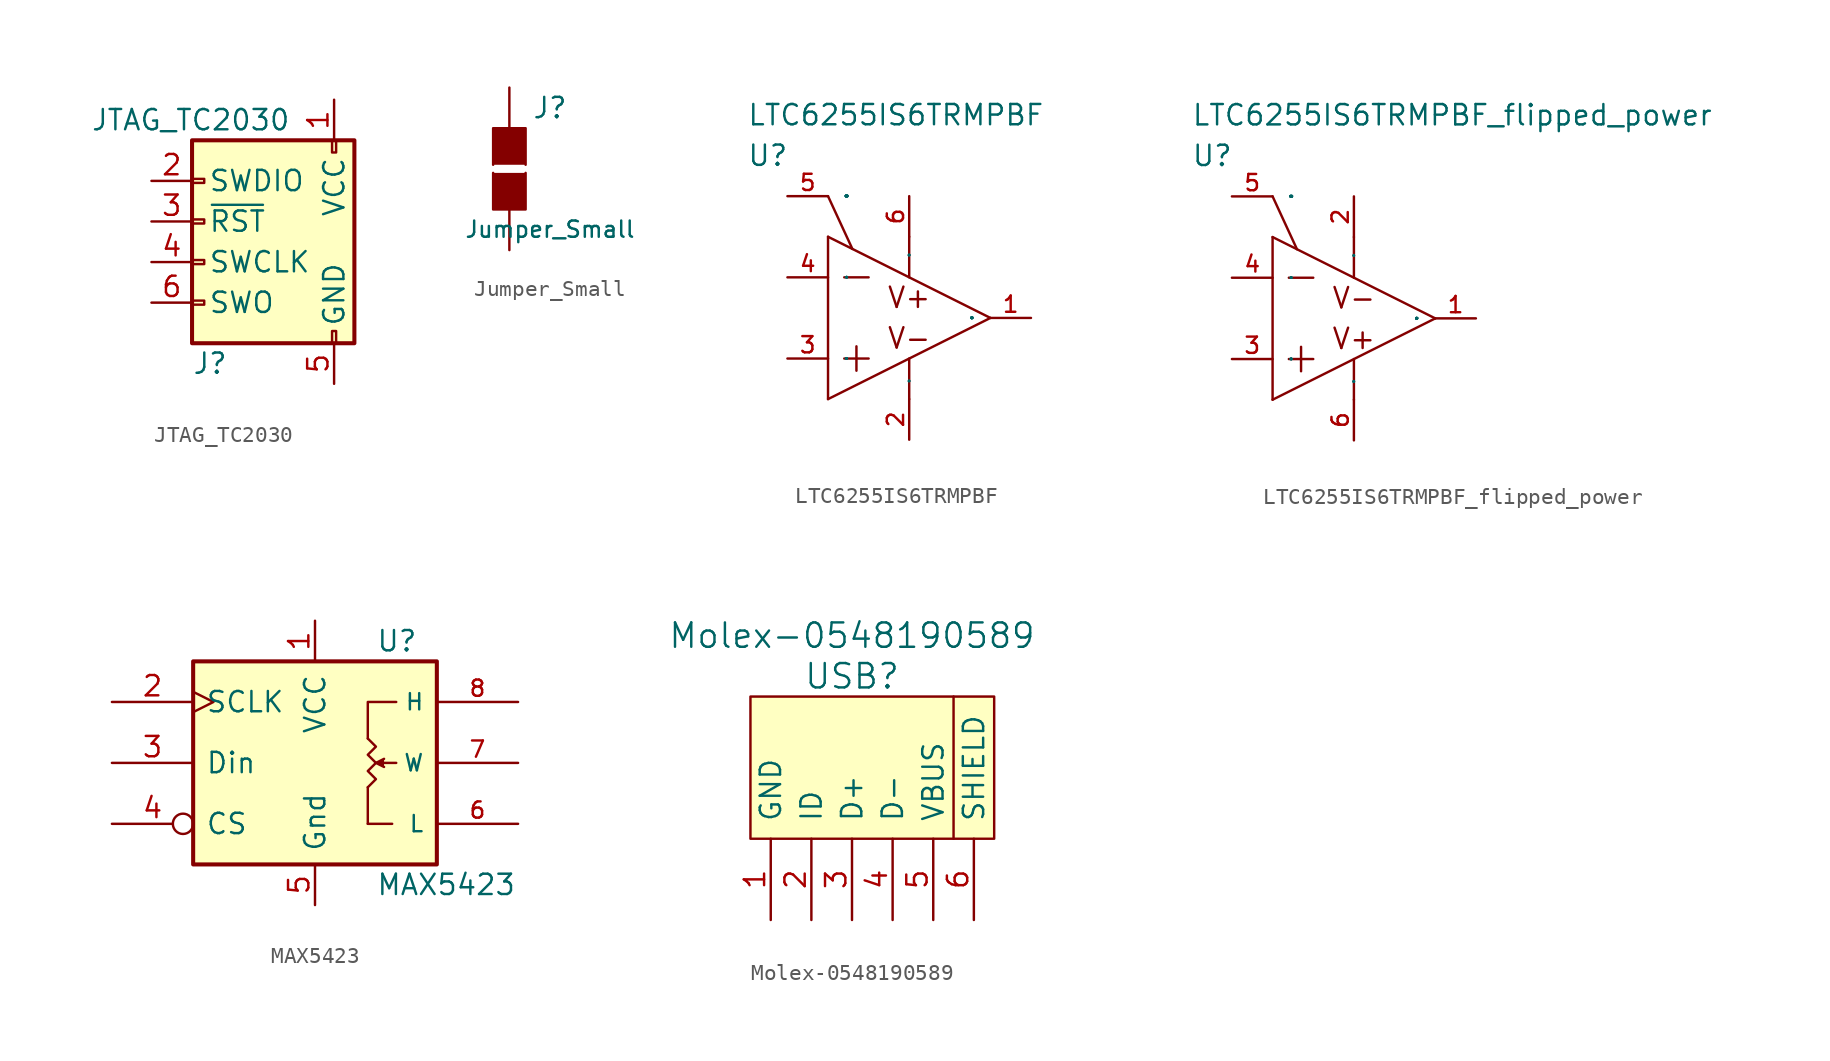
<source format=kicad_sym>
(kicad_symbol_lib
  (version 20231120)
  (generator "kicad_symbol_editor")
  (generator_version "8.0")
  (symbol "JTAG_TC2030"
    (pin_names
      (offset 1.016))
    (property "Reference" "J"
      (at -3.81 -6.35 0)
      (effects (font (size 1.27 1.27)) (justify left)))
    (property "Value" "JTAG_TC2030"
      (at -10.16 8.89 0)
      (effects (font (size 1.27 1.27)) (justify left)))
    (symbol "JTAG_TC2030_0_1"
      (rectangle (start -3.81 7.62) (end 6.35 -5.08) (stroke (width 0.254) (type default)) (fill (type background)))
      (rectangle (start -3.048 -2.667) (end -3.81 -2.413) (stroke (width 0) (type default)) (fill (type none)))
      (rectangle (start -3.048 -0.127) (end -3.81 0.127) (stroke (width 0) (type default)) (fill (type none)))
      (rectangle (start -3.048 2.413) (end -3.81 2.667) (stroke (width 0) (type default)) (fill (type none)))
      (rectangle (start -3.048 4.953) (end -3.81 5.207) (stroke (width 0) (type default)) (fill (type none)))
      (rectangle (start 4.953 -5.08) (end 5.207 -4.318) (stroke (width 0) (type default)) (fill (type none)))
      (rectangle (start 4.953 6.858) (end 5.207 7.62) (stroke (width 0) (type default)) (fill (type none))))
    (symbol "JTAG_TC2030_1_1"
      (pin passive line (at 5.08 10.16 270) (length 2.54) (name "VCC" (effects (font (size 1.27 1.27)))) (number "1" (effects (font (size 1.27 1.27)))))
      (pin passive line (at -6.35 5.08 0) (length 2.54) (name "SWDIO" (effects (font (size 1.27 1.27)))) (number "2" (effects (font (size 1.27 1.27)))))
      (pin passive line (at -6.35 2.54 0) (length 2.54) (name "~{RST}" (effects (font (size 1.27 1.27)))) (number "3" (effects (font (size 1.27 1.27)))))
      (pin passive line (at -6.35 0 0) (length 2.54) (name "SWCLK" (effects (font (size 1.27 1.27)))) (number "4" (effects (font (size 1.27 1.27)))))
      (pin passive line (at 5.08 -7.62 90) (length 2.54) (name "GND" (effects (font (size 1.27 1.27)))) (number "5" (effects (font (size 1.27 1.27)))))
      (pin passive line (at -6.35 -2.54 0) (length 2.54) (name "SWO" (effects (font (size 1.27 1.27)))) (number "6" (effects (font (size 1.27 1.27)))))))
  (symbol "Jumper_Small"
    (pin_numbers hide)
    (pin_names
      (offset 1.016) hide)
    (property "Reference" "J"
      (at 2.54 3.81 0)
      (effects (font (size 1.27 1.27))))
    (property "Value" "Jumper_Small"
      (at 2.54 -3.785 0)
      (effects (font (size 1.016 1.016))))
    (property "Footprint" ""
      (at 0 0 0)
      (effects (font (size 1.524 1.524))))
    (property "Datasheet" ""
      (at 0 0 0)
      (effects (font (size 1.524 1.524))))
    (symbol "Jumper_Small_0_1"
      (polyline (pts (xy -1.016 -0.254) (xy -1.016 -2.54) (xy 1.016 -2.54) (xy 1.016 -0.254)) (stroke (width 0) (type default)) (fill (type outline)))
      (polyline (pts (xy -1.016 0.254) (xy -1.016 2.54) (xy 1.016 2.54) (xy 1.016 0.254)) (stroke (width 0) (type default)) (fill (type outline))))
    (symbol "Jumper_Small_1_1"
      (pin passive line (at 0 5.08 270) (length 2.54) (name "G1" (effects (font (size 1.524 1.524)))) (number "1" (effects (font (size 1.524 1.524)))))
      (pin passive line (at 0 -5.08 90) (length 2.54) (name "G2" (effects (font (size 1.524 1.524)))) (number "2" (effects (font (size 1.524 1.524)))))))
  (symbol "LTC6255IS6TRMPBF"
    (pin_names
      (offset 1.016))
    (property "Reference" "U"
      (at 0 2.54 0)
      (effects (font (size 1.27 1.27)) (justify left)))
    (property "Value" "LTC6255IS6TRMPBF"
      (at 0 5.08 0)
      (effects (font (size 1.27 1.27)) (justify left)))
    (property "ki_locked" ""
      (at 0 0 0)
      (effects (font (size 1.27 1.27))))
    (symbol "LTC6255IS6TRMPBF_0_0"
      (text "V+" (at 10.16 -6.35 0) (effects (font (size 1.27 1.27))))
      (text "V-" (at 10.16 -8.89 0) (effects (font (size 1.27 1.27)))))
    (symbol "LTC6255IS6TRMPBF_1_1"
      (polyline (pts (xy 5.08 -12.7) (xy 15.24 -7.62)) (stroke (width 0) (type default)) (fill (type none)))
      (polyline (pts (xy 5.08 -2.54) (xy 5.08 -12.7)) (stroke (width 0) (type default)) (fill (type none)))
      (polyline (pts (xy 5.08 -2.54) (xy 15.24 -7.62)) (stroke (width 0) (type default)) (fill (type none)))
      (polyline (pts (xy 6.096 -10.16) (xy 7.62 -10.16)) (stroke (width 0) (type default)) (fill (type none)))
      (polyline (pts (xy 6.096 -5.08) (xy 7.62 -5.08)) (stroke (width 0) (type default)) (fill (type none)))
      (polyline (pts (xy 6.604 -3.302) (xy 5.08 0)) (stroke (width 0) (type default)) (fill (type none)))
      (polyline (pts (xy 6.858 -9.398) (xy 6.858 -10.922)) (stroke (width 0) (type default)) (fill (type none)))
      (polyline (pts (xy 10.16 -10.16) (xy 10.16 -12.7)) (stroke (width 0) (type default)) (fill (type none)))
      (polyline (pts (xy 10.16 -2.54) (xy 10.16 -5.08)) (stroke (width 0) (type default)) (fill (type none)))
      (pin unspecified line (at 17.78 -7.62 180) (length 2.54) (name "OUT" (effects (font (size 0.025 0.025)))) (number "1" (effects (font (size 1.016 1.016)))))
      (pin power_in line (at 10.16 -15.24 90) (length 2.54) (name "V-" (effects (font (size 0.025 0.025)))) (number "2" (effects (font (size 1.016 1.016)))))
      (pin input line (at 2.54 -10.16 0) (length 2.54) (name "+IN" (effects (font (size 0.025 0.025)))) (number "3" (effects (font (size 1.016 1.016)))))
      (pin input line (at 2.54 -5.08 0) (length 2.54) (name "-IN" (effects (font (size 0.025 0.025)))) (number "4" (effects (font (size 1.016 1.016)))))
      (pin input line (at 2.54 0 0) (length 2.54) (name "~{SHDN}" (effects (font (size 0.025 0.025)))) (number "5" (effects (font (size 1.016 1.016)))))
      (pin power_in line (at 10.16 0 270) (length 2.54) (name "V+" (effects (font (size 0.025 0.025)))) (number "6" (effects (font (size 1.016 1.016)))))))
  (symbol "LTC6255IS6TRMPBF_flipped_power"
    (pin_names
      (offset 1.016))
    (property "Reference" "U"
      (at 0 2.54 0)
      (effects (font (size 1.27 1.27)) (justify left)))
    (property "Value" "LTC6255IS6TRMPBF_flipped_power"
      (at 0 5.08 0)
      (effects (font (size 1.27 1.27)) (justify left)))
    (property "ki_locked" ""
      (at 0 0 0)
      (effects (font (size 1.27 1.27))))
    (symbol "LTC6255IS6TRMPBF_flipped_power_0_0"
      (text "V+" (at 10.16 -8.89 0) (effects (font (size 1.27 1.27))))
      (text "V-" (at 10.16 -6.35 0) (effects (font (size 1.27 1.27)))))
    (symbol "LTC6255IS6TRMPBF_flipped_power_1_1"
      (polyline (pts (xy 5.08 -12.7) (xy 15.24 -7.62)) (stroke (width 0) (type default)) (fill (type none)))
      (polyline (pts (xy 5.08 -2.54) (xy 5.08 -12.7)) (stroke (width 0) (type default)) (fill (type none)))
      (polyline (pts (xy 5.08 -2.54) (xy 15.24 -7.62)) (stroke (width 0) (type default)) (fill (type none)))
      (polyline (pts (xy 6.096 -10.16) (xy 7.62 -10.16)) (stroke (width 0) (type default)) (fill (type none)))
      (polyline (pts (xy 6.096 -5.08) (xy 7.62 -5.08)) (stroke (width 0) (type default)) (fill (type none)))
      (polyline (pts (xy 6.604 -3.302) (xy 5.08 0)) (stroke (width 0) (type default)) (fill (type none)))
      (polyline (pts (xy 6.858 -9.398) (xy 6.858 -10.922)) (stroke (width 0) (type default)) (fill (type none)))
      (polyline (pts (xy 10.16 -10.16) (xy 10.16 -12.7)) (stroke (width 0) (type default)) (fill (type none)))
      (polyline (pts (xy 10.16 -2.54) (xy 10.16 -5.08)) (stroke (width 0) (type default)) (fill (type none)))
      (pin unspecified line (at 17.78 -7.62 180) (length 2.54) (name "OUT" (effects (font (size 0.025 0.025)))) (number "1" (effects (font (size 1.016 1.016)))))
      (pin power_in line (at 10.16 0 270) (length 2.54) (name "V-" (effects (font (size 0.025 0.025)))) (number "2" (effects (font (size 1.016 1.016)))))
      (pin input line (at 2.54 -10.16 0) (length 2.54) (name "+IN" (effects (font (size 0.025 0.025)))) (number "3" (effects (font (size 1.016 1.016)))))
      (pin input line (at 2.54 -5.08 0) (length 2.54) (name "-IN" (effects (font (size 0.025 0.025)))) (number "4" (effects (font (size 1.016 1.016)))))
      (pin input line (at 2.54 0 0) (length 2.54) (name "~{SHDN}" (effects (font (size 0.025 0.025)))) (number "5" (effects (font (size 1.016 1.016)))))
      (pin power_in line (at 10.16 -15.24 90) (length 2.54) (name "V+" (effects (font (size 0.025 0.025)))) (number "6" (effects (font (size 1.016 1.016)))))))
  (symbol "MAX5423"
    (pin_names
      (offset 0.762))
    (property "Reference" "U"
      (at 3.81 7.62 0)
      (effects (font (size 1.27 1.27)) (justify left)))
    (property "Value" "MAX5423"
      (at 3.81 -7.62 0)
      (effects (font (size 1.27 1.27)) (justify left)))
    (symbol "MAX5423_0_1"
      (rectangle (start -7.62 6.35) (end 7.62 -6.35) (stroke (width 0.254) (type default)) (fill (type background)))
      (polyline (pts (xy 3.302 -1.524) (xy 3.302 -3.81)) (stroke (width 0) (type default)) (fill (type none)))
      (polyline (pts (xy 4.826 -3.81) (xy 3.302 -3.81)) (stroke (width 0) (type default)) (fill (type none)))
      (polyline (pts (xy 5.08 0) (xy 4.318 0)) (stroke (width 0) (type default)) (fill (type none)))
      (polyline (pts (xy 3.302 1.524) (xy 3.302 3.81) (xy 5.08 3.81)) (stroke (width 0) (type default)) (fill (type none)))
      (polyline (pts (xy 4.318 -0.254) (xy 3.81 0) (xy 4.318 0.254)) (stroke (width 0) (type default)) (fill (type outline)))
      (polyline (pts (xy 3.81 0) (xy 3.302 0.508) (xy 3.81 1.016) (xy 3.302 1.524)) (stroke (width 0) (type default)) (fill (type none)))
      (polyline (pts (xy 3.81 0) (xy 3.302 -0.508) (xy 3.81 -1.016) (xy 3.302 -1.524) (xy 3.302 -1.524)) (stroke (width 0) (type default)) (fill (type none))))
    (symbol "MAX5423_1_1"
      (pin power_in line (at 0 8.89 270) (length 2.54) (name "VCC" (effects (font (size 1.27 1.27)))) (number "1" (effects (font (size 1.27 1.27)))))
      (pin input clock (at -12.7 3.81 0) (length 5.08) (name "SCLK" (effects (font (size 1.27 1.27)))) (number "2" (effects (font (size 1.27 1.27)))))
      (pin input line (at -12.7 0 0) (length 5.08) (name "Din" (effects (font (size 1.27 1.27)))) (number "3" (effects (font (size 1.27 1.27)))))
      (pin input inverted (at -12.7 -3.81 0) (length 5.08) (name "CS" (effects (font (size 1.27 1.27)))) (number "4" (effects (font (size 1.27 1.27)))))
      (pin power_in line (at 0 -8.89 90) (length 2.54) (name "Gnd" (effects (font (size 1.27 1.27)))) (number "5" (effects (font (size 1.27 1.27)))))
      (pin passive line (at 12.7 -3.81 180) (length 5.08) (name "L" (effects (font (size 1.016 1.016)))) (number "6" (effects (font (size 1.016 1.016)))))
      (pin passive line (at 12.7 0 180) (length 5.08) (name "W" (effects (font (size 1.016 1.016)))) (number "7" (effects (font (size 1.016 1.016)))))
      (pin passive line (at 12.7 3.81 180) (length 5.08) (name "H" (effects (font (size 1.016 1.016)))) (number "8" (effects (font (size 1.016 1.016)))))))
  (symbol "Molex-0548190589"
    (pin_names
      (offset 1.016))
    (property "Reference" "USB"
      (at 0 7.62 0)
      (effects (font (size 1.524 1.524))))
    (property "Value" "Molex-0548190589"
      (at 0 10.16 0)
      (effects (font (size 1.524 1.524))))
    (symbol "Molex-0548190589_0_0"
      (polyline (pts (xy 6.35 -2.54) (xy 6.35 6.35)) (stroke (width 0) (type default)) (fill (type none)))
      (rectangle (start 8.89 -2.54) (end -6.35 6.35) (stroke (width 0) (type default)) (fill (type background))))
    (symbol "Molex-0548190589_1_1"
      (pin input line (at -5.08 -7.62 90) (length 5.08) (name "GND" (effects (font (size 1.27 1.27)))) (number "1" (effects (font (size 1.27 1.27)))))
      (pin input line (at -2.54 -7.62 90) (length 5.08) (name "ID" (effects (font (size 1.27 1.27)))) (number "2" (effects (font (size 1.27 1.27)))))
      (pin input line (at 0 -7.62 90) (length 5.08) (name "D+" (effects (font (size 1.27 1.27)))) (number "3" (effects (font (size 1.27 1.27)))))
      (pin input line (at 2.54 -7.62 90) (length 5.08) (name "D-" (effects (font (size 1.27 1.27)))) (number "4" (effects (font (size 1.27 1.27)))))
      (pin input line (at 5.08 -7.62 90) (length 5.08) (name "VBUS" (effects (font (size 1.27 1.27)))) (number "5" (effects (font (size 1.27 1.27)))))
      (pin input line (at 7.62 -7.62 90) (length 5.08) (name "SHIELD" (effects (font (size 1.27 1.27)))) (number "6" (effects (font (size 1.27 1.27))))))))
</source>
